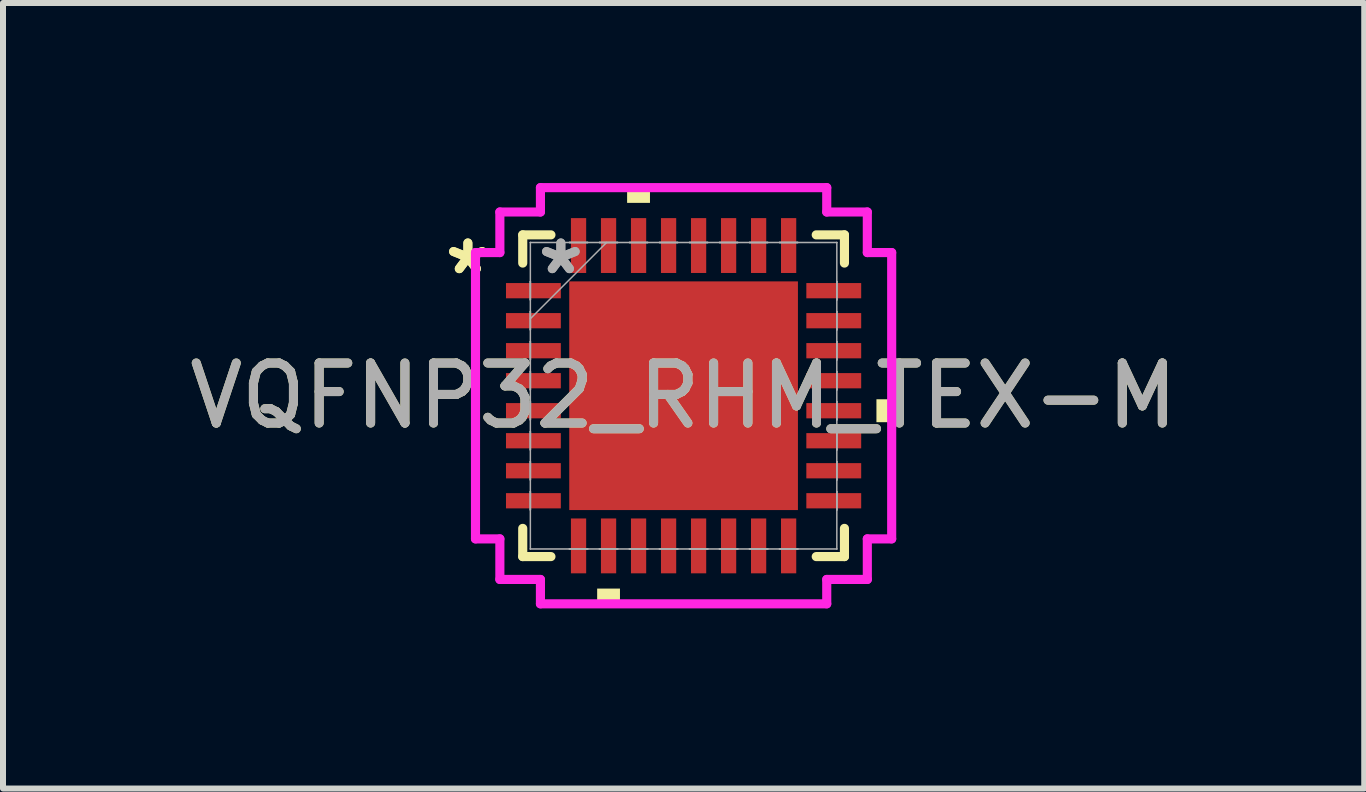
<source format=kicad_pcb>
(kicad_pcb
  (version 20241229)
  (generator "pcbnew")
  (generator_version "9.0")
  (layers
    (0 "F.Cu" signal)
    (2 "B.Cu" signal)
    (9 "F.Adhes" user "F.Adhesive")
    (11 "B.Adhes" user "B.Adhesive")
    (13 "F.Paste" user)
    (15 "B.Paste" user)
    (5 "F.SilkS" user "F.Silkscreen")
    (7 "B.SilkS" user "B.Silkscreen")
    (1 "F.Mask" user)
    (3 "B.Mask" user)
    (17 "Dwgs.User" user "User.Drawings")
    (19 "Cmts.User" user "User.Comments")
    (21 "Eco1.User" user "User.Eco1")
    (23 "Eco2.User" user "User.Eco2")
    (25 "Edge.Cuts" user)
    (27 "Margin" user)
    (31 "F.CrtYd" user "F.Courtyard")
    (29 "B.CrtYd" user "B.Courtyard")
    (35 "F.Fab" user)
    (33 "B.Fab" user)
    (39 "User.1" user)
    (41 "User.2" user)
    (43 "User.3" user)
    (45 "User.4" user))
  (footprint "VQFNP32_RHM_TEX-M"
    (layer "F.Cu")
    (at 8.339 3.543)
    (property "Reference" "VQFNP32_RHM_TEX-M" (at 0 0 0) (unlocked yes) (layer "F.SilkS") (effects (font (size 1 1) (thickness 0.15))))
    (attr smd)
    (fp_line (start -2.68 -2.68) (end -2.68 -2.21) (stroke (width 0.152) (type solid)) (layer "F.SilkS"))
    (fp_line (start -2.68 2.21) (end -2.68 2.68) (stroke (width 0.152) (type solid)) (layer "F.SilkS"))
    (fp_line (start -2.68 2.68) (end -2.21 2.68) (stroke (width 0.152) (type solid)) (layer "F.SilkS"))
    (fp_line (start -2.21 -2.68) (end -2.68 -2.68) (stroke (width 0.152) (type solid)) (layer "F.SilkS"))
    (fp_line (start 2.21 2.68) (end 2.68 2.68) (stroke (width 0.152) (type solid)) (layer "F.SilkS"))
    (fp_line (start 2.68 -2.68) (end 2.21 -2.68) (stroke (width 0.152) (type solid)) (layer "F.SilkS"))
    (fp_line (start 2.68 -2.21) (end 2.68 -2.68) (stroke (width 0.152) (type solid)) (layer "F.SilkS"))
    (fp_line (start 2.68 2.68) (end 2.68 2.21) (stroke (width 0.152) (type solid)) (layer "F.SilkS"))
    (fp_poly (pts (xy -1.44 3.213) (xy -1.44 3.467) (xy -1.06 3.467) (xy -1.06 3.213)) (stroke (width 0) (type solid)) (fill yes) (layer "F.SilkS"))
    (fp_poly (pts (xy -0.941 -3.213) (xy -0.941 -3.467) (xy -0.56 -3.467) (xy -0.56 -3.213)) (stroke (width 0) (type solid)) (fill yes) (layer "F.SilkS"))
    (fp_poly (pts (xy 3.467 0.059) (xy 3.467 0.441) (xy 3.213 0.441) (xy 3.213 0.059)) (stroke (width 0) (type solid)) (fill yes) (layer "F.SilkS"))
    (fp_poly (pts (xy -1.805 -1.805) (xy -1.805 -0.735) (xy -0.735 -0.735) (xy -0.735 -1.805)) (stroke (width 0) (type solid)) (fill yes) (layer "F.Paste"))
    (fp_poly (pts (xy -1.805 -0.535) (xy -1.805 0.535) (xy -0.735 0.535) (xy -0.735 -0.535)) (stroke (width 0) (type solid)) (fill yes) (layer "F.Paste"))
    (fp_poly (pts (xy -1.805 0.735) (xy -1.805 1.805) (xy -0.735 1.805) (xy -0.735 0.735)) (stroke (width 0) (type solid)) (fill yes) (layer "F.Paste"))
    (fp_poly (pts (xy -0.535 -1.805) (xy -0.535 -0.735) (xy 0.535 -0.735) (xy 0.535 -1.805)) (stroke (width 0) (type solid)) (fill yes) (layer "F.Paste"))
    (fp_poly (pts (xy -0.535 -0.535) (xy -0.535 0.535) (xy 0.535 0.535) (xy 0.535 -0.535)) (stroke (width 0) (type solid)) (fill yes) (layer "F.Paste"))
    (fp_poly (pts (xy -0.535 0.735) (xy -0.535 1.805) (xy 0.535 1.805) (xy 0.535 0.735)) (stroke (width 0) (type solid)) (fill yes) (layer "F.Paste"))
    (fp_poly (pts (xy 0.735 -1.805) (xy 0.735 -0.735) (xy 1.805 -0.735) (xy 1.805 -1.805)) (stroke (width 0) (type solid)) (fill yes) (layer "F.Paste"))
    (fp_poly (pts (xy 0.735 -0.535) (xy 0.735 0.535) (xy 1.805 0.535) (xy 1.805 -0.535)) (stroke (width 0) (type solid)) (fill yes) (layer "F.Paste"))
    (fp_poly (pts (xy 0.735 0.735) (xy 0.735 1.805) (xy 1.805 1.805) (xy 1.805 0.735)) (stroke (width 0) (type solid)) (fill yes) (layer "F.Paste"))
    (fp_line (start -3.467 -2.385) (end -3.061 -2.385) (stroke (width 0.152) (type solid)) (layer "F.CrtYd"))
    (fp_line (start -3.467 2.385) (end -3.467 -2.385) (stroke (width 0.152) (type solid)) (layer "F.CrtYd"))
    (fp_line (start -3.061 -3.061) (end -2.385 -3.061) (stroke (width 0.152) (type solid)) (layer "F.CrtYd"))
    (fp_line (start -3.061 -2.385) (end -3.061 -3.061) (stroke (width 0.152) (type solid)) (layer "F.CrtYd"))
    (fp_line (start -3.061 2.385) (end -3.467 2.385) (stroke (width 0.152) (type solid)) (layer "F.CrtYd"))
    (fp_line (start -3.061 3.061) (end -3.061 2.385) (stroke (width 0.152) (type solid)) (layer "F.CrtYd"))
    (fp_line (start -2.385 -3.467) (end 2.385 -3.467) (stroke (width 0.152) (type solid)) (layer "F.CrtYd"))
    (fp_line (start -2.385 -3.061) (end -2.385 -3.467) (stroke (width 0.152) (type solid)) (layer "F.CrtYd"))
    (fp_line (start -2.385 3.061) (end -3.061 3.061) (stroke (width 0.152) (type solid)) (layer "F.CrtYd"))
    (fp_line (start -2.385 3.467) (end -2.385 3.061) (stroke (width 0.152) (type solid)) (layer "F.CrtYd"))
    (fp_line (start 2.385 -3.467) (end 2.385 -3.061) (stroke (width 0.152) (type solid)) (layer "F.CrtYd"))
    (fp_line (start 2.385 -3.061) (end 3.061 -3.061) (stroke (width 0.152) (type solid)) (layer "F.CrtYd"))
    (fp_line (start 2.385 3.061) (end 2.385 3.467) (stroke (width 0.152) (type solid)) (layer "F.CrtYd"))
    (fp_line (start 2.385 3.467) (end -2.385 3.467) (stroke (width 0.152) (type solid)) (layer "F.CrtYd"))
    (fp_line (start 3.061 -3.061) (end 3.061 -2.385) (stroke (width 0.152) (type solid)) (layer "F.CrtYd"))
    (fp_line (start 3.061 -2.385) (end 3.467 -2.385) (stroke (width 0.152) (type solid)) (layer "F.CrtYd"))
    (fp_line (start 3.061 2.385) (end 3.061 3.061) (stroke (width 0.152) (type solid)) (layer "F.CrtYd"))
    (fp_line (start 3.061 3.061) (end 2.385 3.061) (stroke (width 0.152) (type solid)) (layer "F.CrtYd"))
    (fp_line (start 3.467 -2.385) (end 3.467 2.385) (stroke (width 0.152) (type solid)) (layer "F.CrtYd"))
    (fp_line (start 3.467 2.385) (end 3.061 2.385) (stroke (width 0.152) (type solid)) (layer "F.CrtYd"))
    (fp_line (start -2.553 -2.553) (end -2.553 -2.553) (stroke (width 0.025) (type solid)) (layer "F.Fab"))
    (fp_line (start -2.553 -2.553) (end -2.553 2.553) (stroke (width 0.025) (type solid)) (layer "F.Fab"))
    (fp_line (start -2.553 -1.902) (end -2.553 -1.902) (stroke (width 0.025) (type solid)) (layer "F.Fab"))
    (fp_line (start -2.553 -1.902) (end -2.553 -1.598) (stroke (width 0.025) (type solid)) (layer "F.Fab"))
    (fp_line (start -2.553 -1.598) (end -2.553 -1.902) (stroke (width 0.025) (type solid)) (layer "F.Fab"))
    (fp_line (start -2.553 -1.598) (end -2.553 -1.598) (stroke (width 0.025) (type solid)) (layer "F.Fab"))
    (fp_line (start -2.553 -1.402) (end -2.553 -1.402) (stroke (width 0.025) (type solid)) (layer "F.Fab"))
    (fp_line (start -2.553 -1.402) (end -2.553 -1.098) (stroke (width 0.025) (type solid)) (layer "F.Fab"))
    (fp_line (start -2.553 -1.283) (end -1.283 -2.553) (stroke (width 0.025) (type solid)) (layer "F.Fab"))
    (fp_line (start -2.553 -1.098) (end -2.553 -1.402) (stroke (width 0.025) (type solid)) (layer "F.Fab"))
    (fp_line (start -2.553 -1.098) (end -2.553 -1.098) (stroke (width 0.025) (type solid)) (layer "F.Fab"))
    (fp_line (start -2.553 -0.902) (end -2.553 -0.902) (stroke (width 0.025) (type solid)) (layer "F.Fab"))
    (fp_line (start -2.553 -0.902) (end -2.553 -0.598) (stroke (width 0.025) (type solid)) (layer "F.Fab"))
    (fp_line (start -2.553 -0.598) (end -2.553 -0.902) (stroke (width 0.025) (type solid)) (layer "F.Fab"))
    (fp_line (start -2.553 -0.598) (end -2.553 -0.598) (stroke (width 0.025) (type solid)) (layer "F.Fab"))
    (fp_line (start -2.553 -0.402) (end -2.553 -0.402) (stroke (width 0.025) (type solid)) (layer "F.Fab"))
    (fp_line (start -2.553 -0.402) (end -2.553 -0.098) (stroke (width 0.025) (type solid)) (layer "F.Fab"))
    (fp_line (start -2.553 -0.098) (end -2.553 -0.402) (stroke (width 0.025) (type solid)) (layer "F.Fab"))
    (fp_line (start -2.553 -0.098) (end -2.553 -0.098) (stroke (width 0.025) (type solid)) (layer "F.Fab"))
    (fp_line (start -2.553 0.098) (end -2.553 0.098) (stroke (width 0.025) (type solid)) (layer "F.Fab"))
    (fp_line (start -2.553 0.098) (end -2.553 0.402) (stroke (width 0.025) (type solid)) (layer "F.Fab"))
    (fp_line (start -2.553 0.402) (end -2.553 0.098) (stroke (width 0.025) (type solid)) (layer "F.Fab"))
    (fp_line (start -2.553 0.402) (end -2.553 0.402) (stroke (width 0.025) (type solid)) (layer "F.Fab"))
    (fp_line (start -2.553 0.598) (end -2.553 0.598) (stroke (width 0.025) (type solid)) (layer "F.Fab"))
    (fp_line (start -2.553 0.598) (end -2.553 0.902) (stroke (width 0.025) (type solid)) (layer "F.Fab"))
    (fp_line (start -2.553 0.902) (end -2.553 0.598) (stroke (width 0.025) (type solid)) (layer "F.Fab"))
    (fp_line (start -2.553 0.902) (end -2.553 0.902) (stroke (width 0.025) (type solid)) (layer "F.Fab"))
    (fp_line (start -2.553 1.098) (end -2.553 1.098) (stroke (width 0.025) (type solid)) (layer "F.Fab"))
    (fp_line (start -2.553 1.098) (end -2.553 1.402) (stroke (width 0.025) (type solid)) (layer "F.Fab"))
    (fp_line (start -2.553 1.402) (end -2.553 1.098) (stroke (width 0.025) (type solid)) (layer "F.Fab"))
    (fp_line (start -2.553 1.402) (end -2.553 1.402) (stroke (width 0.025) (type solid)) (layer "F.Fab"))
    (fp_line (start -2.553 1.598) (end -2.553 1.598) (stroke (width 0.025) (type solid)) (layer "F.Fab"))
    (fp_line (start -2.553 1.598) (end -2.553 1.902) (stroke (width 0.025) (type solid)) (layer "F.Fab"))
    (fp_line (start -2.553 1.902) (end -2.553 1.598) (stroke (width 0.025) (type solid)) (layer "F.Fab"))
    (fp_line (start -2.553 1.902) (end -2.553 1.902) (stroke (width 0.025) (type solid)) (layer "F.Fab"))
    (fp_line (start -2.553 2.553) (end -2.553 2.553) (stroke (width 0.025) (type solid)) (layer "F.Fab"))
    (fp_line (start -2.553 2.553) (end 2.553 2.553) (stroke (width 0.025) (type solid)) (layer "F.Fab"))
    (fp_line (start -1.902 -2.553) (end -1.902 -2.553) (stroke (width 0.025) (type solid)) (layer "F.Fab"))
    (fp_line (start -1.902 -2.553) (end -1.598 -2.553) (stroke (width 0.025) (type solid)) (layer "F.Fab"))
    (fp_line (start -1.902 2.553) (end -1.902 2.553) (stroke (width 0.025) (type solid)) (layer "F.Fab"))
    (fp_line (start -1.902 2.553) (end -1.598 2.553) (stroke (width 0.025) (type solid)) (layer "F.Fab"))
    (fp_line (start -1.598 -2.553) (end -1.902 -2.553) (stroke (width 0.025) (type solid)) (layer "F.Fab"))
    (fp_line (start -1.598 -2.553) (end -1.598 -2.553) (stroke (width 0.025) (type solid)) (layer "F.Fab"))
    (fp_line (start -1.598 2.553) (end -1.902 2.553) (stroke (width 0.025) (type solid)) (layer "F.Fab"))
    (fp_line (start -1.598 2.553) (end -1.598 2.553) (stroke (width 0.025) (type solid)) (layer "F.Fab"))
    (fp_line (start -1.402 -2.553) (end -1.402 -2.553) (stroke (width 0.025) (type solid)) (layer "F.Fab"))
    (fp_line (start -1.402 -2.553) (end -1.098 -2.553) (stroke (width 0.025) (type solid)) (layer "F.Fab"))
    (fp_line (start -1.402 2.553) (end -1.402 2.553) (stroke (width 0.025) (type solid)) (layer "F.Fab"))
    (fp_line (start -1.402 2.553) (end -1.098 2.553) (stroke (width 0.025) (type solid)) (layer "F.Fab"))
    (fp_line (start -1.098 -2.553) (end -1.402 -2.553) (stroke (width 0.025) (type solid)) (layer "F.Fab"))
    (fp_line (start -1.098 -2.553) (end -1.098 -2.553) (stroke (width 0.025) (type solid)) (layer "F.Fab"))
    (fp_line (start -1.098 2.553) (end -1.402 2.553) (stroke (width 0.025) (type solid)) (layer "F.Fab"))
    (fp_line (start -1.098 2.553) (end -1.098 2.553) (stroke (width 0.025) (type solid)) (layer "F.Fab"))
    (fp_line (start -0.902 -2.553) (end -0.902 -2.553) (stroke (width 0.025) (type solid)) (layer "F.Fab"))
    (fp_line (start -0.902 -2.553) (end -0.598 -2.553) (stroke (width 0.025) (type solid)) (layer "F.Fab"))
    (fp_line (start -0.902 2.553) (end -0.902 2.553) (stroke (width 0.025) (type solid)) (layer "F.Fab"))
    (fp_line (start -0.902 2.553) (end -0.598 2.553) (stroke (width 0.025) (type solid)) (layer "F.Fab"))
    (fp_line (start -0.598 -2.553) (end -0.902 -2.553) (stroke (width 0.025) (type solid)) (layer "F.Fab"))
    (fp_line (start -0.598 -2.553) (end -0.598 -2.553) (stroke (width 0.025) (type solid)) (layer "F.Fab"))
    (fp_line (start -0.598 2.553) (end -0.902 2.553) (stroke (width 0.025) (type solid)) (layer "F.Fab"))
    (fp_line (start -0.598 2.553) (end -0.598 2.553) (stroke (width 0.025) (type solid)) (layer "F.Fab"))
    (fp_line (start -0.402 -2.553) (end -0.402 -2.553) (stroke (width 0.025) (type solid)) (layer "F.Fab"))
    (fp_line (start -0.402 -2.553) (end -0.098 -2.553) (stroke (width 0.025) (type solid)) (layer "F.Fab"))
    (fp_line (start -0.402 2.553) (end -0.402 2.553) (stroke (width 0.025) (type solid)) (layer "F.Fab"))
    (fp_line (start -0.402 2.553) (end -0.098 2.553) (stroke (width 0.025) (type solid)) (layer "F.Fab"))
    (fp_line (start -0.098 -2.553) (end -0.402 -2.553) (stroke (width 0.025) (type solid)) (layer "F.Fab"))
    (fp_line (start -0.098 -2.553) (end -0.098 -2.553) (stroke (width 0.025) (type solid)) (layer "F.Fab"))
    (fp_line (start -0.098 2.553) (end -0.402 2.553) (stroke (width 0.025) (type solid)) (layer "F.Fab"))
    (fp_line (start -0.098 2.553) (end -0.098 2.553) (stroke (width 0.025) (type solid)) (layer "F.Fab"))
    (fp_line (start 0.098 -2.553) (end 0.098 -2.553) (stroke (width 0.025) (type solid)) (layer "F.Fab"))
    (fp_line (start 0.098 -2.553) (end 0.402 -2.553) (stroke (width 0.025) (type solid)) (layer "F.Fab"))
    (fp_line (start 0.098 2.553) (end 0.098 2.553) (stroke (width 0.025) (type solid)) (layer "F.Fab"))
    (fp_line (start 0.098 2.553) (end 0.402 2.553) (stroke (width 0.025) (type solid)) (layer "F.Fab"))
    (fp_line (start 0.402 -2.553) (end 0.098 -2.553) (stroke (width 0.025) (type solid)) (layer "F.Fab"))
    (fp_line (start 0.402 -2.553) (end 0.402 -2.553) (stroke (width 0.025) (type solid)) (layer "F.Fab"))
    (fp_line (start 0.402 2.553) (end 0.098 2.553) (stroke (width 0.025) (type solid)) (layer "F.Fab"))
    (fp_line (start 0.402 2.553) (end 0.402 2.553) (stroke (width 0.025) (type solid)) (layer "F.Fab"))
    (fp_line (start 0.598 -2.553) (end 0.598 -2.553) (stroke (width 0.025) (type solid)) (layer "F.Fab"))
    (fp_line (start 0.598 -2.553) (end 0.902 -2.553) (stroke (width 0.025) (type solid)) (layer "F.Fab"))
    (fp_line (start 0.598 2.553) (end 0.598 2.553) (stroke (width 0.025) (type solid)) (layer "F.Fab"))
    (fp_line (start 0.598 2.553) (end 0.902 2.553) (stroke (width 0.025) (type solid)) (layer "F.Fab"))
    (fp_line (start 0.902 -2.553) (end 0.598 -2.553) (stroke (width 0.025) (type solid)) (layer "F.Fab"))
    (fp_line (start 0.902 -2.553) (end 0.902 -2.553) (stroke (width 0.025) (type solid)) (layer "F.Fab"))
    (fp_line (start 0.902 2.553) (end 0.598 2.553) (stroke (width 0.025) (type solid)) (layer "F.Fab"))
    (fp_line (start 0.902 2.553) (end 0.902 2.553) (stroke (width 0.025) (type solid)) (layer "F.Fab"))
    (fp_line (start 1.098 -2.553) (end 1.098 -2.553) (stroke (width 0.025) (type solid)) (layer "F.Fab"))
    (fp_line (start 1.098 -2.553) (end 1.402 -2.553) (stroke (width 0.025) (type solid)) (layer "F.Fab"))
    (fp_line (start 1.098 2.553) (end 1.098 2.553) (stroke (width 0.025) (type solid)) (layer "F.Fab"))
    (fp_line (start 1.098 2.553) (end 1.402 2.553) (stroke (width 0.025) (type solid)) (layer "F.Fab"))
    (fp_line (start 1.402 -2.553) (end 1.098 -2.553) (stroke (width 0.025) (type solid)) (layer "F.Fab"))
    (fp_line (start 1.402 -2.553) (end 1.402 -2.553) (stroke (width 0.025) (type solid)) (layer "F.Fab"))
    (fp_line (start 1.402 2.553) (end 1.098 2.553) (stroke (width 0.025) (type solid)) (layer "F.Fab"))
    (fp_line (start 1.402 2.553) (end 1.402 2.553) (stroke (width 0.025) (type solid)) (layer "F.Fab"))
    (fp_line (start 1.598 -2.553) (end 1.598 -2.553) (stroke (width 0.025) (type solid)) (layer "F.Fab"))
    (fp_line (start 1.598 -2.553) (end 1.902 -2.553) (stroke (width 0.025) (type solid)) (layer "F.Fab"))
    (fp_line (start 1.598 2.553) (end 1.598 2.553) (stroke (width 0.025) (type solid)) (layer "F.Fab"))
    (fp_line (start 1.598 2.553) (end 1.902 2.553) (stroke (width 0.025) (type solid)) (layer "F.Fab"))
    (fp_line (start 1.902 -2.553) (end 1.598 -2.553) (stroke (width 0.025) (type solid)) (layer "F.Fab"))
    (fp_line (start 1.902 -2.553) (end 1.902 -2.553) (stroke (width 0.025) (type solid)) (layer "F.Fab"))
    (fp_line (start 1.902 2.553) (end 1.598 2.553) (stroke (width 0.025) (type solid)) (layer "F.Fab"))
    (fp_line (start 1.902 2.553) (end 1.902 2.553) (stroke (width 0.025) (type solid)) (layer "F.Fab"))
    (fp_line (start 2.553 -2.553) (end -2.553 -2.553) (stroke (width 0.025) (type solid)) (layer "F.Fab"))
    (fp_line (start 2.553 -2.553) (end 2.553 -2.553) (stroke (width 0.025) (type solid)) (layer "F.Fab"))
    (fp_line (start 2.553 -1.902) (end 2.553 -1.902) (stroke (width 0.025) (type solid)) (layer "F.Fab"))
    (fp_line (start 2.553 -1.902) (end 2.553 -1.598) (stroke (width 0.025) (type solid)) (layer "F.Fab"))
    (fp_line (start 2.553 -1.598) (end 2.553 -1.902) (stroke (width 0.025) (type solid)) (layer "F.Fab"))
    (fp_line (start 2.553 -1.598) (end 2.553 -1.598) (stroke (width 0.025) (type solid)) (layer "F.Fab"))
    (fp_line (start 2.553 -1.402) (end 2.553 -1.402) (stroke (width 0.025) (type solid)) (layer "F.Fab"))
    (fp_line (start 2.553 -1.402) (end 2.553 -1.098) (stroke (width 0.025) (type solid)) (layer "F.Fab"))
    (fp_line (start 2.553 -1.098) (end 2.553 -1.402) (stroke (width 0.025) (type solid)) (layer "F.Fab"))
    (fp_line (start 2.553 -1.098) (end 2.553 -1.098) (stroke (width 0.025) (type solid)) (layer "F.Fab"))
    (fp_line (start 2.553 -0.902) (end 2.553 -0.902) (stroke (width 0.025) (type solid)) (layer "F.Fab"))
    (fp_line (start 2.553 -0.902) (end 2.553 -0.598) (stroke (width 0.025) (type solid)) (layer "F.Fab"))
    (fp_line (start 2.553 -0.598) (end 2.553 -0.902) (stroke (width 0.025) (type solid)) (layer "F.Fab"))
    (fp_line (start 2.553 -0.598) (end 2.553 -0.598) (stroke (width 0.025) (type solid)) (layer "F.Fab"))
    (fp_line (start 2.553 -0.402) (end 2.553 -0.402) (stroke (width 0.025) (type solid)) (layer "F.Fab"))
    (fp_line (start 2.553 -0.402) (end 2.553 -0.098) (stroke (width 0.025) (type solid)) (layer "F.Fab"))
    (fp_line (start 2.553 -0.098) (end 2.553 -0.402) (stroke (width 0.025) (type solid)) (layer "F.Fab"))
    (fp_line (start 2.553 -0.098) (end 2.553 -0.098) (stroke (width 0.025) (type solid)) (layer "F.Fab"))
    (fp_line (start 2.553 0.098) (end 2.553 0.098) (stroke (width 0.025) (type solid)) (layer "F.Fab"))
    (fp_line (start 2.553 0.098) (end 2.553 0.402) (stroke (width 0.025) (type solid)) (layer "F.Fab"))
    (fp_line (start 2.553 0.402) (end 2.553 0.098) (stroke (width 0.025) (type solid)) (layer "F.Fab"))
    (fp_line (start 2.553 0.402) (end 2.553 0.402) (stroke (width 0.025) (type solid)) (layer "F.Fab"))
    (fp_line (start 2.553 0.598) (end 2.553 0.598) (stroke (width 0.025) (type solid)) (layer "F.Fab"))
    (fp_line (start 2.553 0.598) (end 2.553 0.902) (stroke (width 0.025) (type solid)) (layer "F.Fab"))
    (fp_line (start 2.553 0.902) (end 2.553 0.598) (stroke (width 0.025) (type solid)) (layer "F.Fab"))
    (fp_line (start 2.553 0.902) (end 2.553 0.902) (stroke (width 0.025) (type solid)) (layer "F.Fab"))
    (fp_line (start 2.553 1.098) (end 2.553 1.098) (stroke (width 0.025) (type solid)) (layer "F.Fab"))
    (fp_line (start 2.553 1.098) (end 2.553 1.402) (stroke (width 0.025) (type solid)) (layer "F.Fab"))
    (fp_line (start 2.553 1.402) (end 2.553 1.098) (stroke (width 0.025) (type solid)) (layer "F.Fab"))
    (fp_line (start 2.553 1.402) (end 2.553 1.402) (stroke (width 0.025) (type solid)) (layer "F.Fab"))
    (fp_line (start 2.553 1.598) (end 2.553 1.598) (stroke (width 0.025) (type solid)) (layer "F.Fab"))
    (fp_line (start 2.553 1.598) (end 2.553 1.902) (stroke (width 0.025) (type solid)) (layer "F.Fab"))
    (fp_line (start 2.553 1.902) (end 2.553 1.598) (stroke (width 0.025) (type solid)) (layer "F.Fab"))
    (fp_line (start 2.553 1.902) (end 2.553 1.902) (stroke (width 0.025) (type solid)) (layer "F.Fab"))
    (fp_line (start 2.553 2.553) (end 2.553 -2.553) (stroke (width 0.025) (type solid)) (layer "F.Fab"))
    (fp_line (start 2.553 2.553) (end 2.553 2.553) (stroke (width 0.025) (type solid)) (layer "F.Fab"))
    (fp_text user "*" (at -3.594 -2 0) (unlocked yes) (layer "F.SilkS") (effects (font (size 1 1) (thickness 0.15))))
    (fp_text user "*" (at -3.594 -2 0) (layer "F.SilkS") (effects (font (size 1 1) (thickness 0.15))))
    (fp_text user "*" (at -2.045 -2 0) (layer "F.Fab") (effects (font (size 1 1) (thickness 0.15))))
    (fp_text user "*" (at -2.045 -2 0) (unlocked yes) (layer "F.Fab") (effects (font (size 1 1) (thickness 0.15))))
    (fp_text user "${REFERENCE}" (at 0 0 0) (unlocked yes) (layer "F.Fab") (effects (font (size 1 1) (thickness 0.15))))
    (pad "1" smd rect (at -2.502 -1.75 90) (size 0.254 0.914) (layers "F.Cu" "F.Mask" "F.Paste"))
    (pad "2" smd rect (at -2.502 -1.25 90) (size 0.254 0.914) (layers "F.Cu" "F.Mask" "F.Paste"))
    (pad "3" smd rect (at -2.502 -0.75 90) (size 0.254 0.914) (layers "F.Cu" "F.Mask" "F.Paste"))
    (pad "4" smd rect (at -2.502 -0.25 90) (size 0.254 0.914) (layers "F.Cu" "F.Mask" "F.Paste"))
    (pad "5" smd rect (at -2.502 0.25 90) (size 0.254 0.914) (layers "F.Cu" "F.Mask" "F.Paste"))
    (pad "6" smd rect (at -2.502 0.75 90) (size 0.254 0.914) (layers "F.Cu" "F.Mask" "F.Paste"))
    (pad "7" smd rect (at -2.502 1.25 90) (size 0.254 0.914) (layers "F.Cu" "F.Mask" "F.Paste"))
    (pad "8" smd rect (at -2.502 1.75 90) (size 0.254 0.914) (layers "F.Cu" "F.Mask" "F.Paste"))
    (pad "9" smd rect (at -1.75 2.502) (size 0.254 0.914) (layers "F.Cu" "F.Mask" "F.Paste"))
    (pad "10" smd rect (at -1.25 2.502) (size 0.254 0.914) (layers "F.Cu" "F.Mask" "F.Paste"))
    (pad "11" smd rect (at -0.75 2.502) (size 0.254 0.914) (layers "F.Cu" "F.Mask" "F.Paste"))
    (pad "12" smd rect (at -0.25 2.502) (size 0.254 0.914) (layers "F.Cu" "F.Mask" "F.Paste"))
    (pad "13" smd rect (at 0.25 2.502) (size 0.254 0.914) (layers "F.Cu" "F.Mask" "F.Paste"))
    (pad "14" smd rect (at 0.75 2.502) (size 0.254 0.914) (layers "F.Cu" "F.Mask" "F.Paste"))
    (pad "15" smd rect (at 1.25 2.502) (size 0.254 0.914) (layers "F.Cu" "F.Mask" "F.Paste"))
    (pad "16" smd rect (at 1.75 2.502) (size 0.254 0.914) (layers "F.Cu" "F.Mask" "F.Paste"))
    (pad "17" smd rect (at 2.502 1.75 90) (size 0.254 0.914) (layers "F.Cu" "F.Mask" "F.Paste"))
    (pad "18" smd rect (at 2.502 1.25 90) (size 0.254 0.914) (layers "F.Cu" "F.Mask" "F.Paste"))
    (pad "19" smd rect (at 2.502 0.75 90) (size 0.254 0.914) (layers "F.Cu" "F.Mask" "F.Paste"))
    (pad "20" smd rect (at 2.502 0.25 90) (size 0.254 0.914) (layers "F.Cu" "F.Mask" "F.Paste"))
    (pad "21" smd rect (at 2.502 -0.25 90) (size 0.254 0.914) (layers "F.Cu" "F.Mask" "F.Paste"))
    (pad "22" smd rect (at 2.502 -0.75 90) (size 0.254 0.914) (layers "F.Cu" "F.Mask" "F.Paste"))
    (pad "23" smd rect (at 2.502 -1.25 90) (size 0.254 0.914) (layers "F.Cu" "F.Mask" "F.Paste"))
    (pad "24" smd rect (at 2.502 -1.75 90) (size 0.254 0.914) (layers "F.Cu" "F.Mask" "F.Paste"))
    (pad "25" smd rect (at 1.75 -2.502) (size 0.254 0.914) (layers "F.Cu" "F.Mask" "F.Paste"))
    (pad "26" smd rect (at 1.25 -2.502) (size 0.254 0.914) (layers "F.Cu" "F.Mask" "F.Paste"))
    (pad "27" smd rect (at 0.75 -2.502) (size 0.254 0.914) (layers "F.Cu" "F.Mask" "F.Paste"))
    (pad "28" smd rect (at 0.25 -2.502) (size 0.254 0.914) (layers "F.Cu" "F.Mask" "F.Paste"))
    (pad "29" smd rect (at -0.25 -2.502) (size 0.254 0.914) (layers "F.Cu" "F.Mask" "F.Paste"))
    (pad "30" smd rect (at -0.75 -2.502) (size 0.254 0.914) (layers "F.Cu" "F.Mask" "F.Paste"))
    (pad "31" smd rect (at -1.25 -2.502) (size 0.254 0.914) (layers "F.Cu" "F.Mask" "F.Paste"))
    (pad "32" smd rect (at -1.75 -2.502) (size 0.254 0.914) (layers "F.Cu" "F.Mask" "F.Paste"))
    (pad "33" smd rect (at 0 0) (size 3.81 3.81) (layers "F.Cu" "F.Mask" "F.Paste")))
  (gr_rect
    (start -3 -3)
    (end 19.679 10.087)
    (stroke (width 0.1) (type default))
    (fill no)
    (layer "Edge.Cuts")))
</source>
